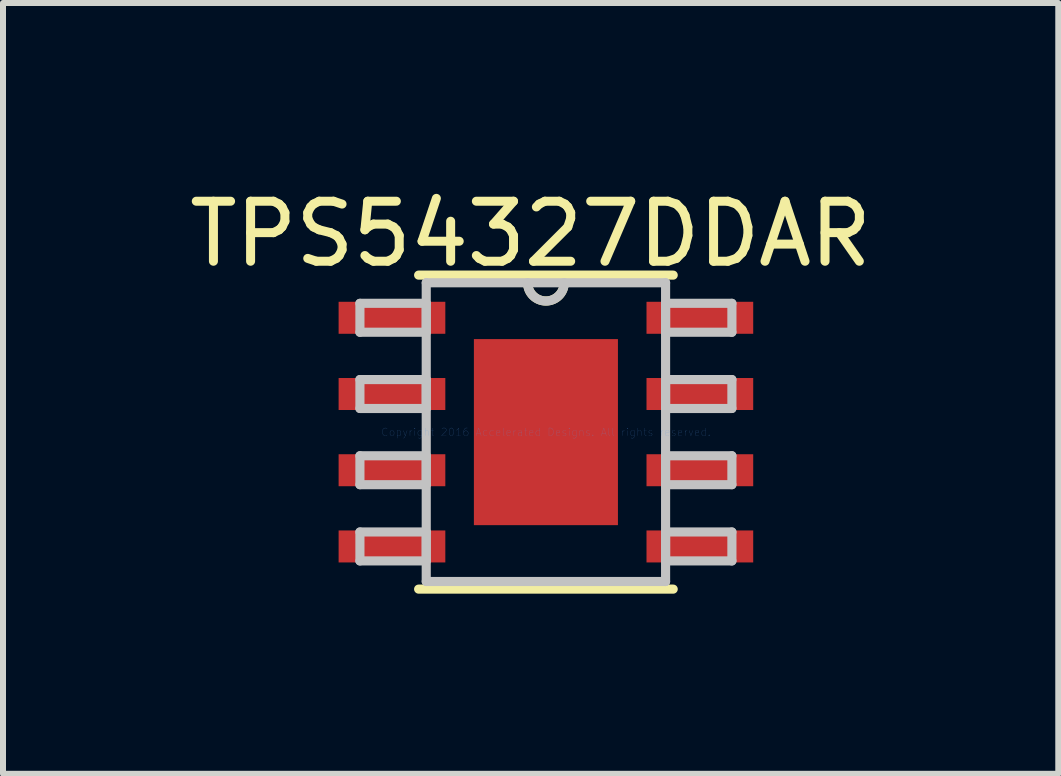
<source format=kicad_pcb>
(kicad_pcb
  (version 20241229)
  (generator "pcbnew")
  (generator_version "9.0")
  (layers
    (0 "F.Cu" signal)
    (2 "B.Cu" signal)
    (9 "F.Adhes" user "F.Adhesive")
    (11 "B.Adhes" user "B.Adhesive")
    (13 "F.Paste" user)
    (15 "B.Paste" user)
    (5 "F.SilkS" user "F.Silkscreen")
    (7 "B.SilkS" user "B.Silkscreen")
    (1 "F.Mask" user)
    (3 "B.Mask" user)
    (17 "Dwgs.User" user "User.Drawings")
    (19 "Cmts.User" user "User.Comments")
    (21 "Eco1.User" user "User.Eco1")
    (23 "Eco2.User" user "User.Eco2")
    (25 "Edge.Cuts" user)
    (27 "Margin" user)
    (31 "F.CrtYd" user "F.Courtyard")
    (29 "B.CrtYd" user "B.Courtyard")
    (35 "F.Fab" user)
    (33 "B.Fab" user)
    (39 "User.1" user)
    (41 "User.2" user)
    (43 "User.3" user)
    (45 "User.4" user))
  (footprint "TPS54327DDAR"
    (layer "F.Cu")
    (at 6.046 4.15)
    (property "Reference" "TPS54327DDAR" (at -0.254 -3.302 0) (layer "F.SilkS") (effects (font (size 1 1) (thickness 0.15))))
    (attr through_hole)
    (fp_line (start -2.121 2.616) (end 2.121 2.616) (stroke (width 0.152) (type solid)) (layer "F.SilkS"))
    (fp_line (start 2.121 -2.616) (end -2.121 -2.616) (stroke (width 0.152) (type solid)) (layer "F.SilkS"))
    (fp_arc (start 0.3048 -2.4892) (mid 0 -2.1844) (end -0.3048 -2.4892) (stroke (width 0.1524) (type solid)) (layer "F.SilkS"))
    (fp_line (start -3.099 -2.146) (end -3.099 -1.664) (stroke (width 0.152) (type solid)) (layer "Dwgs.User"))
    (fp_line (start -3.099 -1.664) (end -1.994 -1.664) (stroke (width 0.152) (type solid)) (layer "Dwgs.User"))
    (fp_line (start -3.099 -0.876) (end -3.099 -0.394) (stroke (width 0.152) (type solid)) (layer "Dwgs.User"))
    (fp_line (start -3.099 -0.394) (end -1.994 -0.394) (stroke (width 0.152) (type solid)) (layer "Dwgs.User"))
    (fp_line (start -3.099 0.394) (end -3.099 0.876) (stroke (width 0.152) (type solid)) (layer "Dwgs.User"))
    (fp_line (start -3.099 0.876) (end -1.994 0.876) (stroke (width 0.152) (type solid)) (layer "Dwgs.User"))
    (fp_line (start -3.099 1.664) (end -3.099 2.146) (stroke (width 0.152) (type solid)) (layer "Dwgs.User"))
    (fp_line (start -3.099 2.146) (end -1.994 2.146) (stroke (width 0.152) (type solid)) (layer "Dwgs.User"))
    (fp_line (start -1.994 -2.489) (end -1.994 2.489) (stroke (width 0.152) (type solid)) (layer "Dwgs.User"))
    (fp_line (start -1.994 -2.146) (end -3.099 -2.146) (stroke (width 0.152) (type solid)) (layer "Dwgs.User"))
    (fp_line (start -1.994 -1.664) (end -1.994 -2.146) (stroke (width 0.152) (type solid)) (layer "Dwgs.User"))
    (fp_line (start -1.994 -0.876) (end -3.099 -0.876) (stroke (width 0.152) (type solid)) (layer "Dwgs.User"))
    (fp_line (start -1.994 -0.394) (end -1.994 -0.876) (stroke (width 0.152) (type solid)) (layer "Dwgs.User"))
    (fp_line (start -1.994 0.394) (end -3.099 0.394) (stroke (width 0.152) (type solid)) (layer "Dwgs.User"))
    (fp_line (start -1.994 0.876) (end -1.994 0.394) (stroke (width 0.152) (type solid)) (layer "Dwgs.User"))
    (fp_line (start -1.994 1.664) (end -3.099 1.664) (stroke (width 0.152) (type solid)) (layer "Dwgs.User"))
    (fp_line (start -1.994 2.146) (end -1.994 1.664) (stroke (width 0.152) (type solid)) (layer "Dwgs.User"))
    (fp_line (start -1.994 2.489) (end 1.994 2.489) (stroke (width 0.152) (type solid)) (layer "Dwgs.User"))
    (fp_line (start 1.994 -2.489) (end -1.994 -2.489) (stroke (width 0.152) (type solid)) (layer "Dwgs.User"))
    (fp_line (start 1.994 -2.146) (end 1.994 -1.664) (stroke (width 0.152) (type solid)) (layer "Dwgs.User"))
    (fp_line (start 1.994 -1.664) (end 3.099 -1.664) (stroke (width 0.152) (type solid)) (layer "Dwgs.User"))
    (fp_line (start 1.994 -0.876) (end 1.994 -0.394) (stroke (width 0.152) (type solid)) (layer "Dwgs.User"))
    (fp_line (start 1.994 -0.394) (end 3.099 -0.394) (stroke (width 0.152) (type solid)) (layer "Dwgs.User"))
    (fp_line (start 1.994 0.394) (end 1.994 0.876) (stroke (width 0.152) (type solid)) (layer "Dwgs.User"))
    (fp_line (start 1.994 0.876) (end 3.099 0.876) (stroke (width 0.152) (type solid)) (layer "Dwgs.User"))
    (fp_line (start 1.994 1.664) (end 1.994 2.146) (stroke (width 0.152) (type solid)) (layer "Dwgs.User"))
    (fp_line (start 1.994 2.146) (end 3.099 2.146) (stroke (width 0.152) (type solid)) (layer "Dwgs.User"))
    (fp_line (start 1.994 2.489) (end 1.994 -2.489) (stroke (width 0.152) (type solid)) (layer "Dwgs.User"))
    (fp_line (start 3.099 -2.146) (end 1.994 -2.146) (stroke (width 0.152) (type solid)) (layer "Dwgs.User"))
    (fp_line (start 3.099 -1.664) (end 3.099 -2.146) (stroke (width 0.152) (type solid)) (layer "Dwgs.User"))
    (fp_line (start 3.099 -0.876) (end 1.994 -0.876) (stroke (width 0.152) (type solid)) (layer "Dwgs.User"))
    (fp_line (start 3.099 -0.394) (end 3.099 -0.876) (stroke (width 0.152) (type solid)) (layer "Dwgs.User"))
    (fp_line (start 3.099 0.394) (end 1.994 0.394) (stroke (width 0.152) (type solid)) (layer "Dwgs.User"))
    (fp_line (start 3.099 0.876) (end 3.099 0.394) (stroke (width 0.152) (type solid)) (layer "Dwgs.User"))
    (fp_line (start 3.099 1.664) (end 1.994 1.664) (stroke (width 0.152) (type solid)) (layer "Dwgs.User"))
    (fp_line (start 3.099 2.146) (end 3.099 1.664) (stroke (width 0.152) (type solid)) (layer "Dwgs.User"))
    (fp_arc (start 0.3048 -2.4892) (mid 0 -2.1844) (end -0.3048 -2.4892) (stroke (width 0.1524) (type solid)) (layer "Dwgs.User"))
    (fp_text user "Copyright 2016 Accelerated Designs. All rights reserved." (at 0 0 0) (layer "Cmts.User") (effects (font (size 0.127 0.127) (thickness 0.002))))
    (pad "1" smd rect (at -2.565 -1.905) (size 1.778 0.533) (layers "F.Cu" "F.Mask" "F.Paste"))
    (pad "2" smd rect (at -2.565 -0.635) (size 1.778 0.533) (layers "F.Cu" "F.Mask" "F.Paste"))
    (pad "3" smd rect (at -2.565 0.635) (size 1.778 0.533) (layers "F.Cu" "F.Mask" "F.Paste"))
    (pad "4" smd rect (at -2.565 1.905) (size 1.778 0.533) (layers "F.Cu" "F.Mask" "F.Paste"))
    (pad "5" smd rect (at 2.565 1.905) (size 1.778 0.533) (layers "F.Cu" "F.Mask" "F.Paste"))
    (pad "6" smd rect (at 2.565 0.635) (size 1.778 0.533) (layers "F.Cu" "F.Mask" "F.Paste"))
    (pad "7" smd rect (at 2.565 -0.635) (size 1.778 0.533) (layers "F.Cu" "F.Mask" "F.Paste"))
    (pad "8" smd rect (at 2.565 -1.905) (size 1.778 0.533) (layers "F.Cu" "F.Mask" "F.Paste"))
    (pad "EPAD" smd rect (at 0 0) (size 2.4 3.1) (layers "F.Cu" "F.Mask" "F.Paste")))
  (gr_rect
    (start -3 -3)
    (end 14.583 9.843)
    (stroke (width 0.1) (type default))
    (fill no)
    (layer "Edge.Cuts")))
</source>
